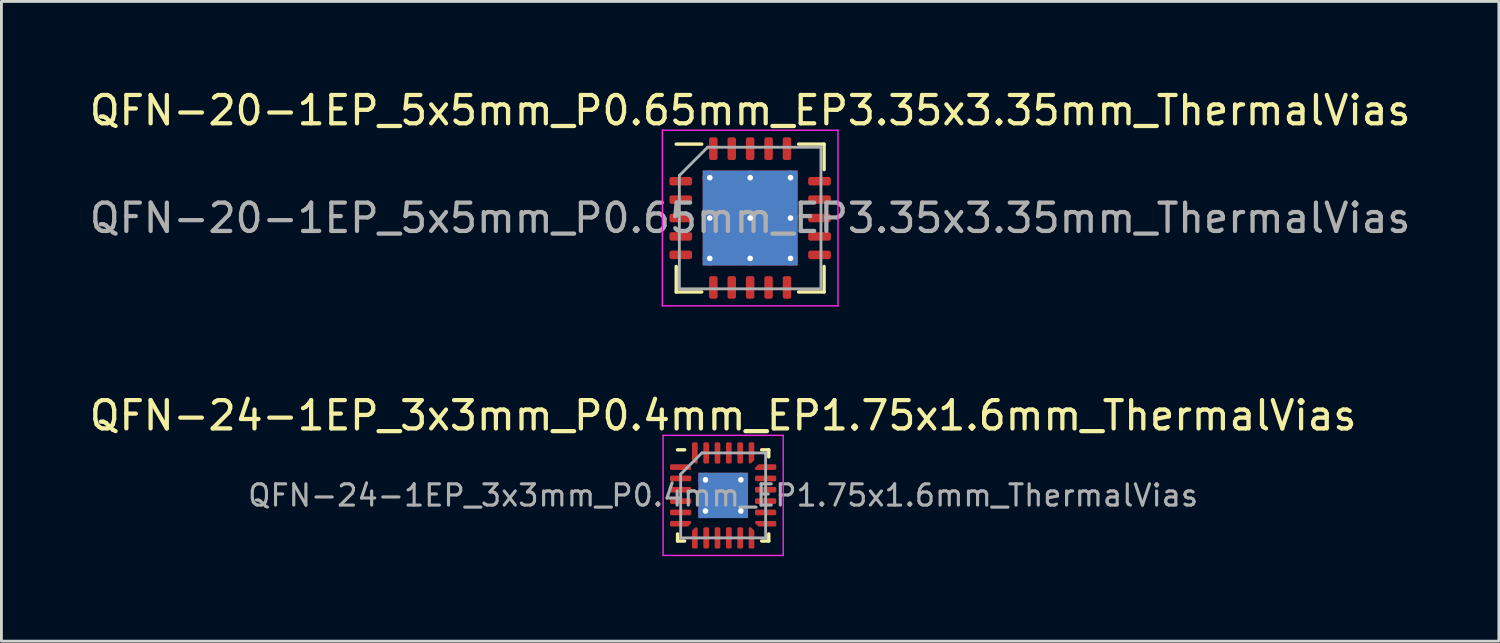
<source format=kicad_pcb>
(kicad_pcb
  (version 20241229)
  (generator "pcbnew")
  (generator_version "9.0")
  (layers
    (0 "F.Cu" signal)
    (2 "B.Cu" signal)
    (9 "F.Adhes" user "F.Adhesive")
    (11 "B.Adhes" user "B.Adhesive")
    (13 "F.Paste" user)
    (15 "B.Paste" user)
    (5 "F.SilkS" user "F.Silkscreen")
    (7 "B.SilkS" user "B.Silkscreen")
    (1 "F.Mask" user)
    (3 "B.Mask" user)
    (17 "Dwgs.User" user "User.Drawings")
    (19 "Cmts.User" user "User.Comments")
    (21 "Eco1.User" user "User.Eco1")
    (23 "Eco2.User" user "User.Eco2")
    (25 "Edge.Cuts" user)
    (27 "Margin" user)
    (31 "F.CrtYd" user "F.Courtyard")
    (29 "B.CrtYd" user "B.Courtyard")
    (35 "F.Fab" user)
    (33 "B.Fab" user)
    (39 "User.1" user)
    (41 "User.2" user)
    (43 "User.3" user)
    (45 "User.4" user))
  (footprint "QFN-20-1EP_5x5mm_P0.65mm_EP3.35x3.35mm_ThermalVias"
    (layer "F.Cu")
    (at 23.435 4.648)
    (property "Reference" "QFN-20-1EP_5x5mm_P0.65mm_EP3.35x3.35mm_ThermalVias" (at 0 -3.8 0) (layer "F.SilkS") (effects (font (size 1 1) (thickness 0.15))))
    (attr smd)
    (fp_line (start -2.61 2.61) (end -2.61 1.71) (stroke (width 0.12) (type solid)) (layer "F.SilkS"))
    (fp_line (start -1.71 -2.61) (end -2.61 -2.61) (stroke (width 0.12) (type solid)) (layer "F.SilkS"))
    (fp_line (start -1.71 2.61) (end -2.61 2.61) (stroke (width 0.12) (type solid)) (layer "F.SilkS"))
    (fp_line (start 1.71 -2.61) (end 2.61 -2.61) (stroke (width 0.12) (type solid)) (layer "F.SilkS"))
    (fp_line (start 1.71 2.61) (end 2.61 2.61) (stroke (width 0.12) (type solid)) (layer "F.SilkS"))
    (fp_line (start 2.61 -2.61) (end 2.61 -1.71) (stroke (width 0.12) (type solid)) (layer "F.SilkS"))
    (fp_line (start 2.61 2.61) (end 2.61 1.71) (stroke (width 0.12) (type solid)) (layer "F.SilkS"))
    (fp_line (start -3.1 -3.1) (end -3.1 3.1) (stroke (width 0.05) (type solid)) (layer "F.CrtYd"))
    (fp_line (start -3.1 3.1) (end 3.1 3.1) (stroke (width 0.05) (type solid)) (layer "F.CrtYd"))
    (fp_line (start 3.1 -3.1) (end -3.1 -3.1) (stroke (width 0.05) (type solid)) (layer "F.CrtYd"))
    (fp_line (start 3.1 3.1) (end 3.1 -3.1) (stroke (width 0.05) (type solid)) (layer "F.CrtYd"))
    (fp_line (start -2.5 -1.5) (end -1.5 -2.5) (stroke (width 0.1) (type solid)) (layer "F.Fab"))
    (fp_line (start -2.5 2.5) (end -2.5 -1.5) (stroke (width 0.1) (type solid)) (layer "F.Fab"))
    (fp_line (start -1.5 -2.5) (end 2.5 -2.5) (stroke (width 0.1) (type solid)) (layer "F.Fab"))
    (fp_line (start 2.5 -2.5) (end 2.5 2.5) (stroke (width 0.1) (type solid)) (layer "F.Fab"))
    (fp_line (start 2.5 2.5) (end -2.5 2.5) (stroke (width 0.1) (type solid)) (layer "F.Fab"))
    (fp_text user "${REFERENCE}" (at 0 0 0) (layer "F.Fab") (effects (font (size 1 1) (thickness 0.15))))
    (pad "" smd roundrect (at -0.84 -0.84) (size 1.45 1.45) (layers "F.Paste") (roundrect_rratio 0.172))
    (pad "" smd roundrect (at -0.84 0.84) (size 1.45 1.45) (layers "F.Paste") (roundrect_rratio 0.172))
    (pad "" smd roundrect (at 0.84 -0.84) (size 1.45 1.45) (layers "F.Paste") (roundrect_rratio 0.172))
    (pad "" smd roundrect (at 0.84 0.84) (size 1.45 1.45) (layers "F.Paste") (roundrect_rratio 0.172))
    (pad "1" smd roundrect (at -2.45 -1.3) (size 0.8 0.3) (layers "F.Cu" "F.Mask" "F.Paste") (roundrect_rratio 0.25))
    (pad "2" smd roundrect (at -2.45 -0.65) (size 0.8 0.3) (layers "F.Cu" "F.Mask" "F.Paste") (roundrect_rratio 0.25))
    (pad "3" smd roundrect (at -2.45 0) (size 0.8 0.3) (layers "F.Cu" "F.Mask" "F.Paste") (roundrect_rratio 0.25))
    (pad "4" smd roundrect (at -2.45 0.65) (size 0.8 0.3) (layers "F.Cu" "F.Mask" "F.Paste") (roundrect_rratio 0.25))
    (pad "5" smd roundrect (at -2.45 1.3) (size 0.8 0.3) (layers "F.Cu" "F.Mask" "F.Paste") (roundrect_rratio 0.25))
    (pad "6" smd roundrect (at -1.3 2.45) (size 0.3 0.8) (layers "F.Cu" "F.Mask" "F.Paste") (roundrect_rratio 0.25))
    (pad "7" smd roundrect (at -0.65 2.45) (size 0.3 0.8) (layers "F.Cu" "F.Mask" "F.Paste") (roundrect_rratio 0.25))
    (pad "8" smd roundrect (at 0 2.45) (size 0.3 0.8) (layers "F.Cu" "F.Mask" "F.Paste") (roundrect_rratio 0.25))
    (pad "9" smd roundrect (at 0.65 2.45) (size 0.3 0.8) (layers "F.Cu" "F.Mask" "F.Paste") (roundrect_rratio 0.25))
    (pad "10" smd roundrect (at 1.3 2.45) (size 0.3 0.8) (layers "F.Cu" "F.Mask" "F.Paste") (roundrect_rratio 0.25))
    (pad "11" smd roundrect (at 2.45 1.3) (size 0.8 0.3) (layers "F.Cu" "F.Mask" "F.Paste") (roundrect_rratio 0.25))
    (pad "12" smd roundrect (at 2.45 0.65) (size 0.8 0.3) (layers "F.Cu" "F.Mask" "F.Paste") (roundrect_rratio 0.25))
    (pad "13" smd roundrect (at 2.45 0) (size 0.8 0.3) (layers "F.Cu" "F.Mask" "F.Paste") (roundrect_rratio 0.25))
    (pad "14" smd roundrect (at 2.45 -0.65) (size 0.8 0.3) (layers "F.Cu" "F.Mask" "F.Paste") (roundrect_rratio 0.25))
    (pad "15" smd roundrect (at 2.45 -1.3) (size 0.8 0.3) (layers "F.Cu" "F.Mask" "F.Paste") (roundrect_rratio 0.25))
    (pad "16" smd roundrect (at 1.3 -2.45) (size 0.3 0.8) (layers "F.Cu" "F.Mask" "F.Paste") (roundrect_rratio 0.25))
    (pad "17" smd roundrect (at 0.65 -2.45) (size 0.3 0.8) (layers "F.Cu" "F.Mask" "F.Paste") (roundrect_rratio 0.25))
    (pad "18" smd roundrect (at 0 -2.45) (size 0.3 0.8) (layers "F.Cu" "F.Mask" "F.Paste") (roundrect_rratio 0.25))
    (pad "19" smd roundrect (at -0.65 -2.45) (size 0.3 0.8) (layers "F.Cu" "F.Mask" "F.Paste") (roundrect_rratio 0.25))
    (pad "20" smd roundrect (at -1.3 -2.45) (size 0.3 0.8) (layers "F.Cu" "F.Mask" "F.Paste") (roundrect_rratio 0.25))
    (pad "21" thru_hole circle (at -1.425 -1.425) (size 0.5 0.5) (drill 0.2) (layers "*.Cu"))
    (pad "21" thru_hole circle (at -1.425 0) (size 0.5 0.5) (drill 0.2) (layers "*.Cu"))
    (pad "21" thru_hole circle (at -1.425 1.425) (size 0.5 0.5) (drill 0.2) (layers "*.Cu"))
    (pad "21" thru_hole circle (at 0 -1.425) (size 0.5 0.5) (drill 0.2) (layers "*.Cu"))
    (pad "21" thru_hole circle (at 0 0) (size 0.5 0.5) (drill 0.2) (layers "*.Cu"))
    (pad "21" smd rect (at 0 0) (size 3.35 3.35) (layers "F.Cu" "F.Mask"))
    (pad "21" smd rect (at 0 0) (size 3.35 3.35) (layers "B.Cu"))
    (pad "21" thru_hole circle (at 0 1.425) (size 0.5 0.5) (drill 0.2) (layers "*.Cu"))
    (pad "21" thru_hole circle (at 1.425 -1.425) (size 0.5 0.5) (drill 0.2) (layers "*.Cu"))
    (pad "21" thru_hole circle (at 1.425 0) (size 0.5 0.5) (drill 0.2) (layers "*.Cu"))
    (pad "21" thru_hole circle (at 1.425 1.425) (size 0.5 0.5) (drill 0.2) (layers "*.Cu")))
  (footprint "QFN-24-1EP_3x3mm_P0.4mm_EP1.75x1.6mm_ThermalVias"
    (layer "F.Cu")
    (at 22.482 14.441)
    (property "Reference" "QFN-24-1EP_3x3mm_P0.4mm_EP1.75x1.6mm_ThermalVias" (at 0 -2.82 0) (layer "F.SilkS") (effects (font (size 1 1) (thickness 0.15))))
    (attr smd)
    (fp_line (start -1.61 1.61) (end -1.61 1.36) (stroke (width 0.12) (type solid)) (layer "F.SilkS"))
    (fp_line (start -1.36 -1.61) (end -1.61 -1.61) (stroke (width 0.12) (type solid)) (layer "F.SilkS"))
    (fp_line (start -1.36 1.61) (end -1.61 1.61) (stroke (width 0.12) (type solid)) (layer "F.SilkS"))
    (fp_line (start 1.36 -1.61) (end 1.61 -1.61) (stroke (width 0.12) (type solid)) (layer "F.SilkS"))
    (fp_line (start 1.36 1.61) (end 1.61 1.61) (stroke (width 0.12) (type solid)) (layer "F.SilkS"))
    (fp_line (start 1.61 -1.61) (end 1.61 -1.36) (stroke (width 0.12) (type solid)) (layer "F.SilkS"))
    (fp_line (start 1.61 1.61) (end 1.61 1.36) (stroke (width 0.12) (type solid)) (layer "F.SilkS"))
    (fp_line (start -2.12 -2.12) (end -2.12 2.12) (stroke (width 0.05) (type solid)) (layer "F.CrtYd"))
    (fp_line (start -2.12 2.12) (end 2.12 2.12) (stroke (width 0.05) (type solid)) (layer "F.CrtYd"))
    (fp_line (start 2.12 -2.12) (end -2.12 -2.12) (stroke (width 0.05) (type solid)) (layer "F.CrtYd"))
    (fp_line (start 2.12 2.12) (end 2.12 -2.12) (stroke (width 0.05) (type solid)) (layer "F.CrtYd"))
    (fp_line (start -1.5 -0.75) (end -0.75 -1.5) (stroke (width 0.1) (type solid)) (layer "F.Fab"))
    (fp_line (start -1.5 1.5) (end -1.5 -0.75) (stroke (width 0.1) (type solid)) (layer "F.Fab"))
    (fp_line (start -0.75 -1.5) (end 1.5 -1.5) (stroke (width 0.1) (type solid)) (layer "F.Fab"))
    (fp_line (start 1.5 -1.5) (end 1.5 1.5) (stroke (width 0.1) (type solid)) (layer "F.Fab"))
    (fp_line (start 1.5 1.5) (end -1.5 1.5) (stroke (width 0.1) (type solid)) (layer "F.Fab"))
    (fp_text user "${REFERENCE}" (at 0 0 0) (layer "F.Fab") (effects (font (size 0.75 0.75) (thickness 0.11))))
    (pad "" smd roundrect (at -0.44 -0.4) (size 0.76 0.69) (layers "F.Paste") (roundrect_rratio 0.25))
    (pad "" smd roundrect (at -0.44 0.4) (size 0.76 0.69) (layers "F.Paste") (roundrect_rratio 0.25))
    (pad "" smd roundrect (at 0.44 -0.4) (size 0.76 0.69) (layers "F.Paste") (roundrect_rratio 0.25))
    (pad "" smd roundrect (at 0.44 0.4) (size 0.76 0.69) (layers "F.Paste") (roundrect_rratio 0.25))
    (pad "1" smd custom (at -1.5 -1) (size 0.115 0.115) (layers "F.Cu" "F.Mask" "F.Paste") (options (anchor circle)) (primitives (gr_poly (pts (xy 0.335 0.037) (xy 0.335 0.06) (xy -0.335 0.06) (xy -0.335 -0.06) (xy 0.238 -0.06)) (width 0.08) (fill yes))))
    (pad "2" smd roundrect (at -1.5 -0.6) (size 0.75 0.2) (layers "F.Cu" "F.Mask" "F.Paste") (roundrect_rratio 0.25))
    (pad "3" smd roundrect (at -1.5 -0.2) (size 0.75 0.2) (layers "F.Cu" "F.Mask" "F.Paste") (roundrect_rratio 0.25))
    (pad "4" smd roundrect (at -1.5 0.2) (size 0.75 0.2) (layers "F.Cu" "F.Mask" "F.Paste") (roundrect_rratio 0.25))
    (pad "5" smd roundrect (at -1.5 0.6) (size 0.75 0.2) (layers "F.Cu" "F.Mask" "F.Paste") (roundrect_rratio 0.25))
    (pad "6" smd custom (at -1.5 1) (size 0.115 0.115) (layers "F.Cu" "F.Mask" "F.Paste") (options (anchor circle)) (primitives (gr_poly (pts (xy 0.335 -0.037) (xy 0.238 0.06) (xy -0.335 0.06) (xy -0.335 -0.06) (xy 0.335 -0.06)) (width 0.08) (fill yes))))
    (pad "7" smd custom (at -1 1.5) (size 0.115 0.115) (layers "F.Cu" "F.Mask" "F.Paste") (options (anchor circle)) (primitives (gr_poly (pts (xy 0.06 0.335) (xy -0.06 0.335) (xy -0.06 -0.238) (xy 0.037 -0.335) (xy 0.06 -0.335)) (width 0.08) (fill yes))))
    (pad "8" smd roundrect (at -0.6 1.5) (size 0.2 0.75) (layers "F.Cu" "F.Mask" "F.Paste") (roundrect_rratio 0.25))
    (pad "9" smd roundrect (at -0.2 1.5) (size 0.2 0.75) (layers "F.Cu" "F.Mask" "F.Paste") (roundrect_rratio 0.25))
    (pad "10" smd roundrect (at 0.2 1.5) (size 0.2 0.75) (layers "F.Cu" "F.Mask" "F.Paste") (roundrect_rratio 0.25))
    (pad "11" smd roundrect (at 0.6 1.5) (size 0.2 0.75) (layers "F.Cu" "F.Mask" "F.Paste") (roundrect_rratio 0.25))
    (pad "12" smd custom (at 1 1.5) (size 0.115 0.115) (layers "F.Cu" "F.Mask" "F.Paste") (options (anchor circle)) (primitives (gr_poly (pts (xy 0.06 -0.238) (xy 0.06 0.335) (xy -0.06 0.335) (xy -0.06 -0.335) (xy -0.037 -0.335)) (width 0.08) (fill yes))))
    (pad "13" smd custom (at 1.5 1) (size 0.115 0.115) (layers "F.Cu" "F.Mask" "F.Paste") (options (anchor circle)) (primitives (gr_poly (pts (xy 0.335 0.06) (xy -0.238 0.06) (xy -0.335 -0.037) (xy -0.335 -0.06) (xy 0.335 -0.06)) (width 0.08) (fill yes))))
    (pad "14" smd roundrect (at 1.5 0.6) (size 0.75 0.2) (layers "F.Cu" "F.Mask" "F.Paste") (roundrect_rratio 0.25))
    (pad "15" smd roundrect (at 1.5 0.2) (size 0.75 0.2) (layers "F.Cu" "F.Mask" "F.Paste") (roundrect_rratio 0.25))
    (pad "16" smd roundrect (at 1.5 -0.2) (size 0.75 0.2) (layers "F.Cu" "F.Mask" "F.Paste") (roundrect_rratio 0.25))
    (pad "17" smd roundrect (at 1.5 -0.6) (size 0.75 0.2) (layers "F.Cu" "F.Mask" "F.Paste") (roundrect_rratio 0.25))
    (pad "18" smd custom (at 1.5 -1) (size 0.115 0.115) (layers "F.Cu" "F.Mask" "F.Paste") (options (anchor circle)) (primitives (gr_poly (pts (xy 0.335 0.06) (xy -0.335 0.06) (xy -0.335 0.037) (xy -0.238 -0.06) (xy 0.335 -0.06)) (width 0.08) (fill yes))))
    (pad "19" smd custom (at 1 -1.5) (size 0.115 0.115) (layers "F.Cu" "F.Mask" "F.Paste") (options (anchor circle)) (primitives (gr_poly (pts (xy 0.06 0.238) (xy -0.037 0.335) (xy -0.06 0.335) (xy -0.06 -0.335) (xy 0.06 -0.335)) (width 0.08) (fill yes))))
    (pad "20" smd roundrect (at 0.6 -1.5) (size 0.2 0.75) (layers "F.Cu" "F.Mask" "F.Paste") (roundrect_rratio 0.25))
    (pad "21" smd roundrect (at 0.2 -1.5) (size 0.2 0.75) (layers "F.Cu" "F.Mask" "F.Paste") (roundrect_rratio 0.25))
    (pad "22" smd roundrect (at -0.2 -1.5) (size 0.2 0.75) (layers "F.Cu" "F.Mask" "F.Paste") (roundrect_rratio 0.25))
    (pad "23" smd roundrect (at -0.6 -1.5) (size 0.2 0.75) (layers "F.Cu" "F.Mask" "F.Paste") (roundrect_rratio 0.25))
    (pad "24" smd custom (at -1 -1.5) (size 0.115 0.115) (layers "F.Cu" "F.Mask" "F.Paste") (options (anchor circle)) (primitives (gr_poly (pts (xy 0.06 0.335) (xy 0.037 0.335) (xy -0.06 0.238) (xy -0.06 -0.335) (xy 0.06 -0.335)) (width 0.08) (fill yes))))
    (pad "25" thru_hole circle (at -0.625 -0.55) (size 0.5 0.5) (drill 0.2) (layers "*.Cu"))
    (pad "25" thru_hole circle (at -0.625 0.55) (size 0.5 0.5) (drill 0.2) (layers "*.Cu"))
    (pad "25" smd rect (at 0 0) (size 1.75 1.6) (layers "F.Cu" "F.Mask"))
    (pad "25" smd rect (at 0 0) (size 1.75 1.6) (layers "B.Cu"))
    (pad "25" thru_hole circle (at 0.625 -0.55) (size 0.5 0.5) (drill 0.2) (layers "*.Cu"))
    (pad "25" thru_hole circle (at 0.625 0.55) (size 0.5 0.5) (drill 0.2) (layers "*.Cu")))
  (gr_rect
    (start -3 -3)
    (end 49.869 19.587)
    (stroke (width 0.1) (type default))
    (fill no)
    (layer "Edge.Cuts")))
</source>
